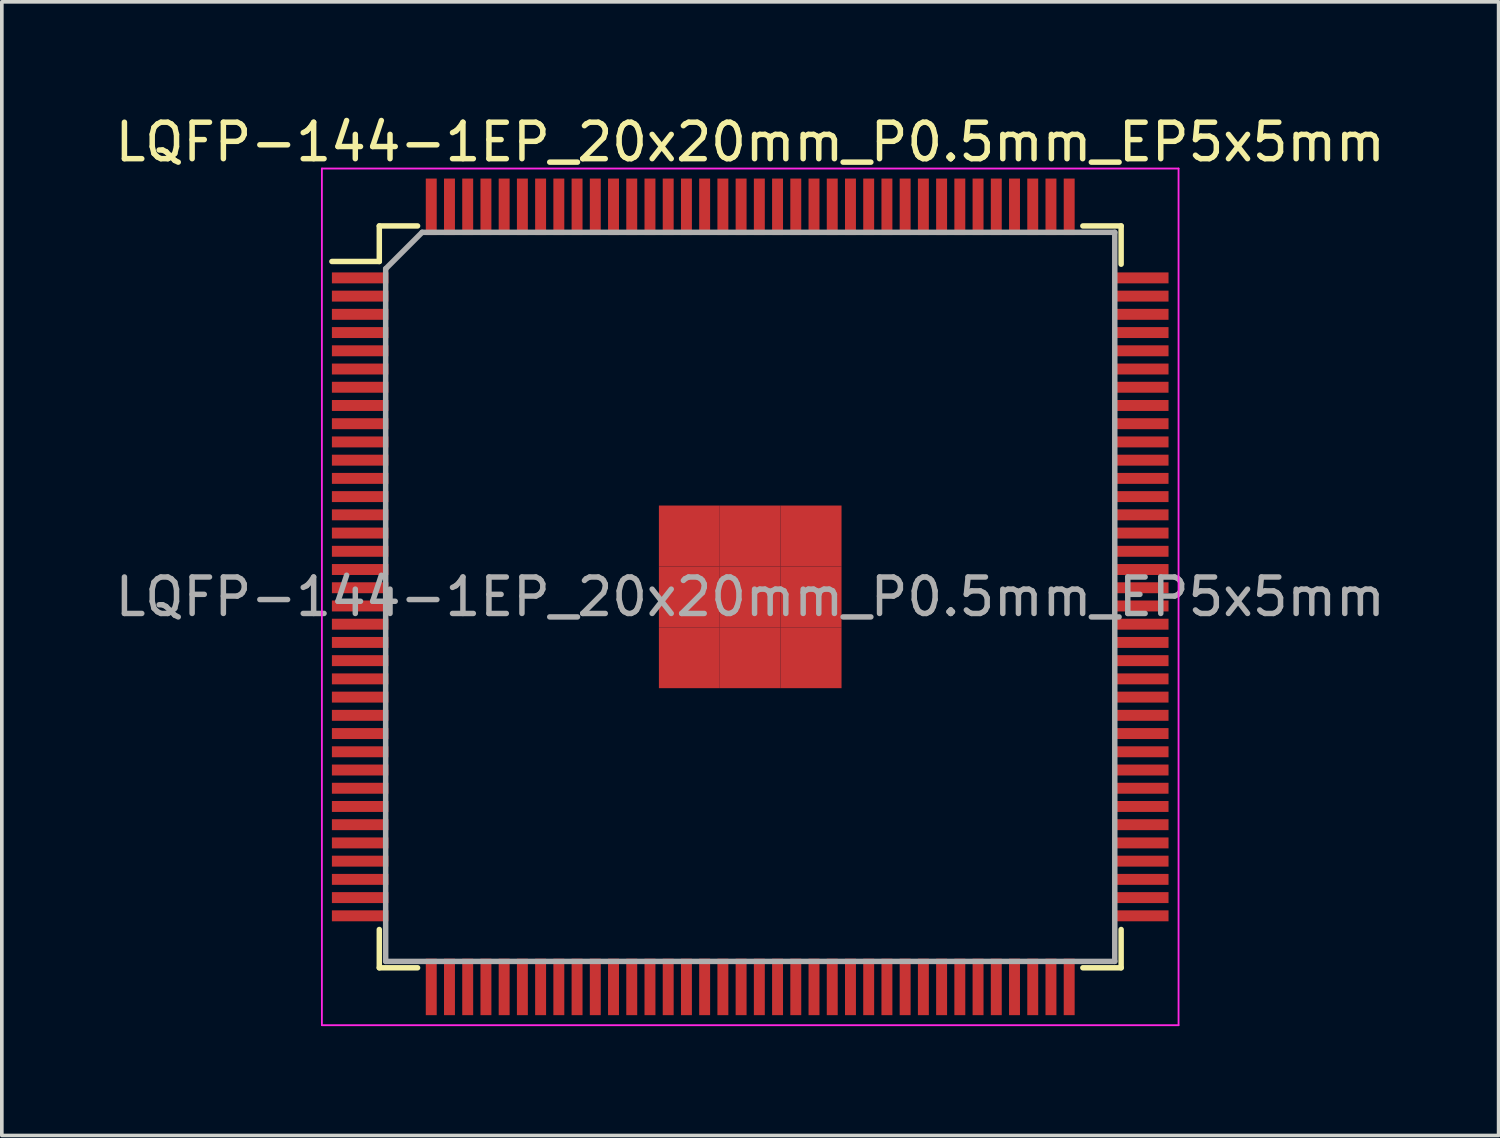
<source format=kicad_pcb>
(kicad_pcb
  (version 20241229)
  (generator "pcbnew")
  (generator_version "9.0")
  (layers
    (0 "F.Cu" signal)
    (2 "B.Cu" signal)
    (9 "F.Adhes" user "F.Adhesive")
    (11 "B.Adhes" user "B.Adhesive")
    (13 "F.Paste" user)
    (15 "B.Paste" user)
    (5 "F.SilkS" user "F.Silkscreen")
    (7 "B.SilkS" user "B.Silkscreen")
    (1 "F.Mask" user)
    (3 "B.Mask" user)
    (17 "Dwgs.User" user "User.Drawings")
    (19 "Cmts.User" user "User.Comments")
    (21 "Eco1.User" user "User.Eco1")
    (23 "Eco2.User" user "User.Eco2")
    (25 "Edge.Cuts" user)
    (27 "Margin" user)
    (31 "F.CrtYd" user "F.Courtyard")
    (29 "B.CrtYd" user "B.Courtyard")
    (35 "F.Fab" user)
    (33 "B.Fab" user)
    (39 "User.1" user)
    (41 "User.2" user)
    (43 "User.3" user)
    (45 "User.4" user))
  (footprint "LQFP-144-1EP_20x20mm_P0.5mm_EP5x5mm"
    (layer "F.Cu")
    (at 17.53 13.323)
    (property "Reference" "LQFP-144-1EP_20x20mm_P0.5mm_EP5x5mm" (at 0 -12.475 0) (layer "F.SilkS") (effects (font (size 1 1) (thickness 0.15))))
    (attr smd)
    (fp_line (start -10.175 -10.175) (end -10.175 -9.2) (stroke (width 0.15) (type solid)) (layer "F.SilkS"))
    (fp_line (start -10.175 -10.175) (end -9.125 -10.175) (stroke (width 0.15) (type solid)) (layer "F.SilkS"))
    (fp_line (start -10.175 -9.2) (end -11.475 -9.2) (stroke (width 0.15) (type solid)) (layer "F.SilkS"))
    (fp_line (start -10.175 10.175) (end -10.175 9.125) (stroke (width 0.15) (type solid)) (layer "F.SilkS"))
    (fp_line (start -10.175 10.175) (end -9.125 10.175) (stroke (width 0.15) (type solid)) (layer "F.SilkS"))
    (fp_line (start 10.175 -10.175) (end 9.125 -10.175) (stroke (width 0.15) (type solid)) (layer "F.SilkS"))
    (fp_line (start 10.175 -10.175) (end 10.175 -9.125) (stroke (width 0.15) (type solid)) (layer "F.SilkS"))
    (fp_line (start 10.175 10.175) (end 9.125 10.175) (stroke (width 0.15) (type solid)) (layer "F.SilkS"))
    (fp_line (start 10.175 10.175) (end 10.175 9.125) (stroke (width 0.15) (type solid)) (layer "F.SilkS"))
    (fp_line (start -11.75 -11.75) (end -11.75 11.75) (stroke (width 0.05) (type solid)) (layer "F.CrtYd"))
    (fp_line (start -11.75 -11.75) (end 11.75 -11.75) (stroke (width 0.05) (type solid)) (layer "F.CrtYd"))
    (fp_line (start -11.75 11.75) (end 11.75 11.75) (stroke (width 0.05) (type solid)) (layer "F.CrtYd"))
    (fp_line (start 11.75 -11.75) (end 11.75 11.75) (stroke (width 0.05) (type solid)) (layer "F.CrtYd"))
    (fp_line (start -10 -9) (end -9 -10) (stroke (width 0.15) (type solid)) (layer "F.Fab"))
    (fp_line (start -10 10) (end -10 -9) (stroke (width 0.15) (type solid)) (layer "F.Fab"))
    (fp_line (start -9 -10) (end 10 -10) (stroke (width 0.15) (type solid)) (layer "F.Fab"))
    (fp_line (start 10 -10) (end 10 10) (stroke (width 0.15) (type solid)) (layer "F.Fab"))
    (fp_line (start 10 10) (end -10 10) (stroke (width 0.15) (type solid)) (layer "F.Fab"))
    (fp_text user "${REFERENCE}" (at 0 0 0) (layer "F.Fab") (effects (font (size 1 1) (thickness 0.15))))
    (pad "1" smd rect (at -10.7 -8.75) (size 1.55 0.3) (layers "F.Cu" "F.Mask" "F.Paste"))
    (pad "2" smd rect (at -10.7 -8.25) (size 1.55 0.3) (layers "F.Cu" "F.Mask" "F.Paste"))
    (pad "3" smd rect (at -10.7 -7.75) (size 1.55 0.3) (layers "F.Cu" "F.Mask" "F.Paste"))
    (pad "4" smd rect (at -10.7 -7.25) (size 1.55 0.3) (layers "F.Cu" "F.Mask" "F.Paste"))
    (pad "5" smd rect (at -10.7 -6.75) (size 1.55 0.3) (layers "F.Cu" "F.Mask" "F.Paste"))
    (pad "6" smd rect (at -10.7 -6.25) (size 1.55 0.3) (layers "F.Cu" "F.Mask" "F.Paste"))
    (pad "7" smd rect (at -10.7 -5.75) (size 1.55 0.3) (layers "F.Cu" "F.Mask" "F.Paste"))
    (pad "8" smd rect (at -10.7 -5.25) (size 1.55 0.3) (layers "F.Cu" "F.Mask" "F.Paste"))
    (pad "9" smd rect (at -10.7 -4.75) (size 1.55 0.3) (layers "F.Cu" "F.Mask" "F.Paste"))
    (pad "10" smd rect (at -10.7 -4.25) (size 1.55 0.3) (layers "F.Cu" "F.Mask" "F.Paste"))
    (pad "11" smd rect (at -10.7 -3.75) (size 1.55 0.3) (layers "F.Cu" "F.Mask" "F.Paste"))
    (pad "12" smd rect (at -10.7 -3.25) (size 1.55 0.3) (layers "F.Cu" "F.Mask" "F.Paste"))
    (pad "13" smd rect (at -10.7 -2.75) (size 1.55 0.3) (layers "F.Cu" "F.Mask" "F.Paste"))
    (pad "14" smd rect (at -10.7 -2.25) (size 1.55 0.3) (layers "F.Cu" "F.Mask" "F.Paste"))
    (pad "15" smd rect (at -10.7 -1.75) (size 1.55 0.3) (layers "F.Cu" "F.Mask" "F.Paste"))
    (pad "16" smd rect (at -10.7 -1.25) (size 1.55 0.3) (layers "F.Cu" "F.Mask" "F.Paste"))
    (pad "17" smd rect (at -10.7 -0.75) (size 1.55 0.3) (layers "F.Cu" "F.Mask" "F.Paste"))
    (pad "18" smd rect (at -10.7 -0.25) (size 1.55 0.3) (layers "F.Cu" "F.Mask" "F.Paste"))
    (pad "19" smd rect (at -10.7 0.25) (size 1.55 0.3) (layers "F.Cu" "F.Mask" "F.Paste"))
    (pad "20" smd rect (at -10.7 0.75) (size 1.55 0.3) (layers "F.Cu" "F.Mask" "F.Paste"))
    (pad "21" smd rect (at -10.7 1.25) (size 1.55 0.3) (layers "F.Cu" "F.Mask" "F.Paste"))
    (pad "22" smd rect (at -10.7 1.75) (size 1.55 0.3) (layers "F.Cu" "F.Mask" "F.Paste"))
    (pad "23" smd rect (at -10.7 2.25) (size 1.55 0.3) (layers "F.Cu" "F.Mask" "F.Paste"))
    (pad "24" smd rect (at -10.7 2.75) (size 1.55 0.3) (layers "F.Cu" "F.Mask" "F.Paste"))
    (pad "25" smd rect (at -10.7 3.25) (size 1.55 0.3) (layers "F.Cu" "F.Mask" "F.Paste"))
    (pad "26" smd rect (at -10.7 3.75) (size 1.55 0.3) (layers "F.Cu" "F.Mask" "F.Paste"))
    (pad "27" smd rect (at -10.7 4.25) (size 1.55 0.3) (layers "F.Cu" "F.Mask" "F.Paste"))
    (pad "28" smd rect (at -10.7 4.75) (size 1.55 0.3) (layers "F.Cu" "F.Mask" "F.Paste"))
    (pad "29" smd rect (at -10.7 5.25) (size 1.55 0.3) (layers "F.Cu" "F.Mask" "F.Paste"))
    (pad "30" smd rect (at -10.7 5.75) (size 1.55 0.3) (layers "F.Cu" "F.Mask" "F.Paste"))
    (pad "31" smd rect (at -10.7 6.25) (size 1.55 0.3) (layers "F.Cu" "F.Mask" "F.Paste"))
    (pad "32" smd rect (at -10.7 6.75) (size 1.55 0.3) (layers "F.Cu" "F.Mask" "F.Paste"))
    (pad "33" smd rect (at -10.7 7.25) (size 1.55 0.3) (layers "F.Cu" "F.Mask" "F.Paste"))
    (pad "34" smd rect (at -10.7 7.75) (size 1.55 0.3) (layers "F.Cu" "F.Mask" "F.Paste"))
    (pad "35" smd rect (at -10.7 8.25) (size 1.55 0.3) (layers "F.Cu" "F.Mask" "F.Paste"))
    (pad "36" smd rect (at -10.7 8.75) (size 1.55 0.3) (layers "F.Cu" "F.Mask" "F.Paste"))
    (pad "37" smd rect (at -8.75 10.7 90) (size 1.55 0.3) (layers "F.Cu" "F.Mask" "F.Paste"))
    (pad "38" smd rect (at -8.25 10.7 90) (size 1.55 0.3) (layers "F.Cu" "F.Mask" "F.Paste"))
    (pad "39" smd rect (at -7.75 10.7 90) (size 1.55 0.3) (layers "F.Cu" "F.Mask" "F.Paste"))
    (pad "40" smd rect (at -7.25 10.7 90) (size 1.55 0.3) (layers "F.Cu" "F.Mask" "F.Paste"))
    (pad "41" smd rect (at -6.75 10.7 90) (size 1.55 0.3) (layers "F.Cu" "F.Mask" "F.Paste"))
    (pad "42" smd rect (at -6.25 10.7 90) (size 1.55 0.3) (layers "F.Cu" "F.Mask" "F.Paste"))
    (pad "43" smd rect (at -5.75 10.7 90) (size 1.55 0.3) (layers "F.Cu" "F.Mask" "F.Paste"))
    (pad "44" smd rect (at -5.25 10.7 90) (size 1.55 0.3) (layers "F.Cu" "F.Mask" "F.Paste"))
    (pad "45" smd rect (at -4.75 10.7 90) (size 1.55 0.3) (layers "F.Cu" "F.Mask" "F.Paste"))
    (pad "46" smd rect (at -4.25 10.7 90) (size 1.55 0.3) (layers "F.Cu" "F.Mask" "F.Paste"))
    (pad "47" smd rect (at -3.75 10.7 90) (size 1.55 0.3) (layers "F.Cu" "F.Mask" "F.Paste"))
    (pad "48" smd rect (at -3.25 10.7 90) (size 1.55 0.3) (layers "F.Cu" "F.Mask" "F.Paste"))
    (pad "49" smd rect (at -2.75 10.7 90) (size 1.55 0.3) (layers "F.Cu" "F.Mask" "F.Paste"))
    (pad "50" smd rect (at -2.25 10.7 90) (size 1.55 0.3) (layers "F.Cu" "F.Mask" "F.Paste"))
    (pad "51" smd rect (at -1.75 10.7 90) (size 1.55 0.3) (layers "F.Cu" "F.Mask" "F.Paste"))
    (pad "52" smd rect (at -1.25 10.7 90) (size 1.55 0.3) (layers "F.Cu" "F.Mask" "F.Paste"))
    (pad "53" smd rect (at -0.75 10.7 90) (size 1.55 0.3) (layers "F.Cu" "F.Mask" "F.Paste"))
    (pad "54" smd rect (at -0.25 10.7 90) (size 1.55 0.3) (layers "F.Cu" "F.Mask" "F.Paste"))
    (pad "55" smd rect (at 0.25 10.7 90) (size 1.55 0.3) (layers "F.Cu" "F.Mask" "F.Paste"))
    (pad "56" smd rect (at 0.75 10.7 90) (size 1.55 0.3) (layers "F.Cu" "F.Mask" "F.Paste"))
    (pad "57" smd rect (at 1.25 10.7 90) (size 1.55 0.3) (layers "F.Cu" "F.Mask" "F.Paste"))
    (pad "58" smd rect (at 1.75 10.7 90) (size 1.55 0.3) (layers "F.Cu" "F.Mask" "F.Paste"))
    (pad "59" smd rect (at 2.25 10.7 90) (size 1.55 0.3) (layers "F.Cu" "F.Mask" "F.Paste"))
    (pad "60" smd rect (at 2.75 10.7 90) (size 1.55 0.3) (layers "F.Cu" "F.Mask" "F.Paste"))
    (pad "61" smd rect (at 3.25 10.7 90) (size 1.55 0.3) (layers "F.Cu" "F.Mask" "F.Paste"))
    (pad "62" smd rect (at 3.75 10.7 90) (size 1.55 0.3) (layers "F.Cu" "F.Mask" "F.Paste"))
    (pad "63" smd rect (at 4.25 10.7 90) (size 1.55 0.3) (layers "F.Cu" "F.Mask" "F.Paste"))
    (pad "64" smd rect (at 4.75 10.7 90) (size 1.55 0.3) (layers "F.Cu" "F.Mask" "F.Paste"))
    (pad "65" smd rect (at 5.25 10.7 90) (size 1.55 0.3) (layers "F.Cu" "F.Mask" "F.Paste"))
    (pad "66" smd rect (at 5.75 10.7 90) (size 1.55 0.3) (layers "F.Cu" "F.Mask" "F.Paste"))
    (pad "67" smd rect (at 6.25 10.7 90) (size 1.55 0.3) (layers "F.Cu" "F.Mask" "F.Paste"))
    (pad "68" smd rect (at 6.75 10.7 90) (size 1.55 0.3) (layers "F.Cu" "F.Mask" "F.Paste"))
    (pad "69" smd rect (at 7.25 10.7 90) (size 1.55 0.3) (layers "F.Cu" "F.Mask" "F.Paste"))
    (pad "70" smd rect (at 7.75 10.7 90) (size 1.55 0.3) (layers "F.Cu" "F.Mask" "F.Paste"))
    (pad "71" smd rect (at 8.25 10.7 90) (size 1.55 0.3) (layers "F.Cu" "F.Mask" "F.Paste"))
    (pad "72" smd rect (at 8.75 10.7 90) (size 1.55 0.3) (layers "F.Cu" "F.Mask" "F.Paste"))
    (pad "73" smd rect (at 10.7 8.75) (size 1.55 0.3) (layers "F.Cu" "F.Mask" "F.Paste"))
    (pad "74" smd rect (at 10.7 8.25) (size 1.55 0.3) (layers "F.Cu" "F.Mask" "F.Paste"))
    (pad "75" smd rect (at 10.7 7.75) (size 1.55 0.3) (layers "F.Cu" "F.Mask" "F.Paste"))
    (pad "76" smd rect (at 10.7 7.25) (size 1.55 0.3) (layers "F.Cu" "F.Mask" "F.Paste"))
    (pad "77" smd rect (at 10.7 6.75) (size 1.55 0.3) (layers "F.Cu" "F.Mask" "F.Paste"))
    (pad "78" smd rect (at 10.7 6.25) (size 1.55 0.3) (layers "F.Cu" "F.Mask" "F.Paste"))
    (pad "79" smd rect (at 10.7 5.75) (size 1.55 0.3) (layers "F.Cu" "F.Mask" "F.Paste"))
    (pad "80" smd rect (at 10.7 5.25) (size 1.55 0.3) (layers "F.Cu" "F.Mask" "F.Paste"))
    (pad "81" smd rect (at 10.7 4.75) (size 1.55 0.3) (layers "F.Cu" "F.Mask" "F.Paste"))
    (pad "82" smd rect (at 10.7 4.25) (size 1.55 0.3) (layers "F.Cu" "F.Mask" "F.Paste"))
    (pad "83" smd rect (at 10.7 3.75) (size 1.55 0.3) (layers "F.Cu" "F.Mask" "F.Paste"))
    (pad "84" smd rect (at 10.7 3.25) (size 1.55 0.3) (layers "F.Cu" "F.Mask" "F.Paste"))
    (pad "85" smd rect (at 10.7 2.75) (size 1.55 0.3) (layers "F.Cu" "F.Mask" "F.Paste"))
    (pad "86" smd rect (at 10.7 2.25) (size 1.55 0.3) (layers "F.Cu" "F.Mask" "F.Paste"))
    (pad "87" smd rect (at 10.7 1.75) (size 1.55 0.3) (layers "F.Cu" "F.Mask" "F.Paste"))
    (pad "88" smd rect (at 10.7 1.25) (size 1.55 0.3) (layers "F.Cu" "F.Mask" "F.Paste"))
    (pad "89" smd rect (at 10.7 0.75) (size 1.55 0.3) (layers "F.Cu" "F.Mask" "F.Paste"))
    (pad "90" smd rect (at 10.7 0.25) (size 1.55 0.3) (layers "F.Cu" "F.Mask" "F.Paste"))
    (pad "91" smd rect (at 10.7 -0.25) (size 1.55 0.3) (layers "F.Cu" "F.Mask" "F.Paste"))
    (pad "92" smd rect (at 10.7 -0.75) (size 1.55 0.3) (layers "F.Cu" "F.Mask" "F.Paste"))
    (pad "93" smd rect (at 10.7 -1.25) (size 1.55 0.3) (layers "F.Cu" "F.Mask" "F.Paste"))
    (pad "94" smd rect (at 10.7 -1.75) (size 1.55 0.3) (layers "F.Cu" "F.Mask" "F.Paste"))
    (pad "95" smd rect (at 10.7 -2.25) (size 1.55 0.3) (layers "F.Cu" "F.Mask" "F.Paste"))
    (pad "96" smd rect (at 10.7 -2.75) (size 1.55 0.3) (layers "F.Cu" "F.Mask" "F.Paste"))
    (pad "97" smd rect (at 10.7 -3.25) (size 1.55 0.3) (layers "F.Cu" "F.Mask" "F.Paste"))
    (pad "98" smd rect (at 10.7 -3.75) (size 1.55 0.3) (layers "F.Cu" "F.Mask" "F.Paste"))
    (pad "99" smd rect (at 10.7 -4.25) (size 1.55 0.3) (layers "F.Cu" "F.Mask" "F.Paste"))
    (pad "100" smd rect (at 10.7 -4.75) (size 1.55 0.3) (layers "F.Cu" "F.Mask" "F.Paste"))
    (pad "101" smd rect (at 10.7 -5.25) (size 1.55 0.3) (layers "F.Cu" "F.Mask" "F.Paste"))
    (pad "102" smd rect (at 10.7 -5.75) (size 1.55 0.3) (layers "F.Cu" "F.Mask" "F.Paste"))
    (pad "103" smd rect (at 10.7 -6.25) (size 1.55 0.3) (layers "F.Cu" "F.Mask" "F.Paste"))
    (pad "104" smd rect (at 10.7 -6.75) (size 1.55 0.3) (layers "F.Cu" "F.Mask" "F.Paste"))
    (pad "105" smd rect (at 10.7 -7.25) (size 1.55 0.3) (layers "F.Cu" "F.Mask" "F.Paste"))
    (pad "106" smd rect (at 10.7 -7.75) (size 1.55 0.3) (layers "F.Cu" "F.Mask" "F.Paste"))
    (pad "107" smd rect (at 10.7 -8.25) (size 1.55 0.3) (layers "F.Cu" "F.Mask" "F.Paste"))
    (pad "108" smd rect (at 10.7 -8.75) (size 1.55 0.3) (layers "F.Cu" "F.Mask" "F.Paste"))
    (pad "109" smd rect (at 8.75 -10.7 90) (size 1.55 0.3) (layers "F.Cu" "F.Mask" "F.Paste"))
    (pad "110" smd rect (at 8.25 -10.7 90) (size 1.55 0.3) (layers "F.Cu" "F.Mask" "F.Paste"))
    (pad "111" smd rect (at 7.75 -10.7 90) (size 1.55 0.3) (layers "F.Cu" "F.Mask" "F.Paste"))
    (pad "112" smd rect (at 7.25 -10.7 90) (size 1.55 0.3) (layers "F.Cu" "F.Mask" "F.Paste"))
    (pad "113" smd rect (at 6.75 -10.7 90) (size 1.55 0.3) (layers "F.Cu" "F.Mask" "F.Paste"))
    (pad "114" smd rect (at 6.25 -10.7 90) (size 1.55 0.3) (layers "F.Cu" "F.Mask" "F.Paste"))
    (pad "115" smd rect (at 5.75 -10.7 90) (size 1.55 0.3) (layers "F.Cu" "F.Mask" "F.Paste"))
    (pad "116" smd rect (at 5.25 -10.7 90) (size 1.55 0.3) (layers "F.Cu" "F.Mask" "F.Paste"))
    (pad "117" smd rect (at 4.75 -10.7 90) (size 1.55 0.3) (layers "F.Cu" "F.Mask" "F.Paste"))
    (pad "118" smd rect (at 4.25 -10.7 90) (size 1.55 0.3) (layers "F.Cu" "F.Mask" "F.Paste"))
    (pad "119" smd rect (at 3.75 -10.7 90) (size 1.55 0.3) (layers "F.Cu" "F.Mask" "F.Paste"))
    (pad "120" smd rect (at 3.25 -10.7 90) (size 1.55 0.3) (layers "F.Cu" "F.Mask" "F.Paste"))
    (pad "121" smd rect (at 2.75 -10.7 90) (size 1.55 0.3) (layers "F.Cu" "F.Mask" "F.Paste"))
    (pad "122" smd rect (at 2.25 -10.7 90) (size 1.55 0.3) (layers "F.Cu" "F.Mask" "F.Paste"))
    (pad "123" smd rect (at 1.75 -10.7 90) (size 1.55 0.3) (layers "F.Cu" "F.Mask" "F.Paste"))
    (pad "124" smd rect (at 1.25 -10.7 90) (size 1.55 0.3) (layers "F.Cu" "F.Mask" "F.Paste"))
    (pad "125" smd rect (at 0.75 -10.7 90) (size 1.55 0.3) (layers "F.Cu" "F.Mask" "F.Paste"))
    (pad "126" smd rect (at 0.25 -10.7 90) (size 1.55 0.3) (layers "F.Cu" "F.Mask" "F.Paste"))
    (pad "127" smd rect (at -0.25 -10.7 90) (size 1.55 0.3) (layers "F.Cu" "F.Mask" "F.Paste"))
    (pad "128" smd rect (at -0.75 -10.7 90) (size 1.55 0.3) (layers "F.Cu" "F.Mask" "F.Paste"))
    (pad "129" smd rect (at -1.25 -10.7 90) (size 1.55 0.3) (layers "F.Cu" "F.Mask" "F.Paste"))
    (pad "130" smd rect (at -1.75 -10.7 90) (size 1.55 0.3) (layers "F.Cu" "F.Mask" "F.Paste"))
    (pad "131" smd rect (at -2.25 -10.7 90) (size 1.55 0.3) (layers "F.Cu" "F.Mask" "F.Paste"))
    (pad "132" smd rect (at -2.75 -10.7 90) (size 1.55 0.3) (layers "F.Cu" "F.Mask" "F.Paste"))
    (pad "133" smd rect (at -3.25 -10.7 90) (size 1.55 0.3) (layers "F.Cu" "F.Mask" "F.Paste"))
    (pad "134" smd rect (at -3.75 -10.7 90) (size 1.55 0.3) (layers "F.Cu" "F.Mask" "F.Paste"))
    (pad "135" smd rect (at -4.25 -10.7 90) (size 1.55 0.3) (layers "F.Cu" "F.Mask" "F.Paste"))
    (pad "136" smd rect (at -4.75 -10.7 90) (size 1.55 0.3) (layers "F.Cu" "F.Mask" "F.Paste"))
    (pad "137" smd rect (at -5.25 -10.7 90) (size 1.55 0.3) (layers "F.Cu" "F.Mask" "F.Paste"))
    (pad "138" smd rect (at -5.75 -10.7 90) (size 1.55 0.3) (layers "F.Cu" "F.Mask" "F.Paste"))
    (pad "139" smd rect (at -6.25 -10.7 90) (size 1.55 0.3) (layers "F.Cu" "F.Mask" "F.Paste"))
    (pad "140" smd rect (at -6.75 -10.7 90) (size 1.55 0.3) (layers "F.Cu" "F.Mask" "F.Paste"))
    (pad "141" smd rect (at -7.25 -10.7 90) (size 1.55 0.3) (layers "F.Cu" "F.Mask" "F.Paste"))
    (pad "142" smd rect (at -7.75 -10.7 90) (size 1.55 0.3) (layers "F.Cu" "F.Mask" "F.Paste"))
    (pad "143" smd rect (at -8.25 -10.7 90) (size 1.55 0.3) (layers "F.Cu" "F.Mask" "F.Paste"))
    (pad "144" smd rect (at -8.75 -10.7 90) (size 1.55 0.3) (layers "F.Cu" "F.Mask" "F.Paste"))
    (pad "145" smd rect (at -1.67 -1.67) (size 1.67 1.67) (layers "F.Cu" "F.Mask" "F.Paste"))
    (pad "145" smd rect (at -1.67 0) (size 1.67 1.67) (layers "F.Cu" "F.Mask" "F.Paste"))
    (pad "145" smd rect (at -1.67 1.67) (size 1.67 1.67) (layers "F.Cu" "F.Mask" "F.Paste"))
    (pad "145" smd rect (at 0 -1.67) (size 1.67 1.67) (layers "F.Cu" "F.Mask" "F.Paste"))
    (pad "145" smd rect (at 0 0) (size 1.67 1.67) (layers "F.Cu" "F.Mask" "F.Paste"))
    (pad "145" smd rect (at 0 1.67) (size 1.67 1.67) (layers "F.Cu" "F.Mask" "F.Paste"))
    (pad "145" smd rect (at 1.67 -1.67) (size 1.67 1.67) (layers "F.Cu" "F.Mask" "F.Paste"))
    (pad "145" smd rect (at 1.67 0) (size 1.67 1.67) (layers "F.Cu" "F.Mask" "F.Paste"))
    (pad "145" smd rect (at 1.67 1.67) (size 1.67 1.67) (layers "F.Cu" "F.Mask" "F.Paste")))
  (gr_rect
    (start -3 -3)
    (end 38.06 28.098)
    (stroke (width 0.1) (type default))
    (fill no)
    (layer "Edge.Cuts")))
</source>
